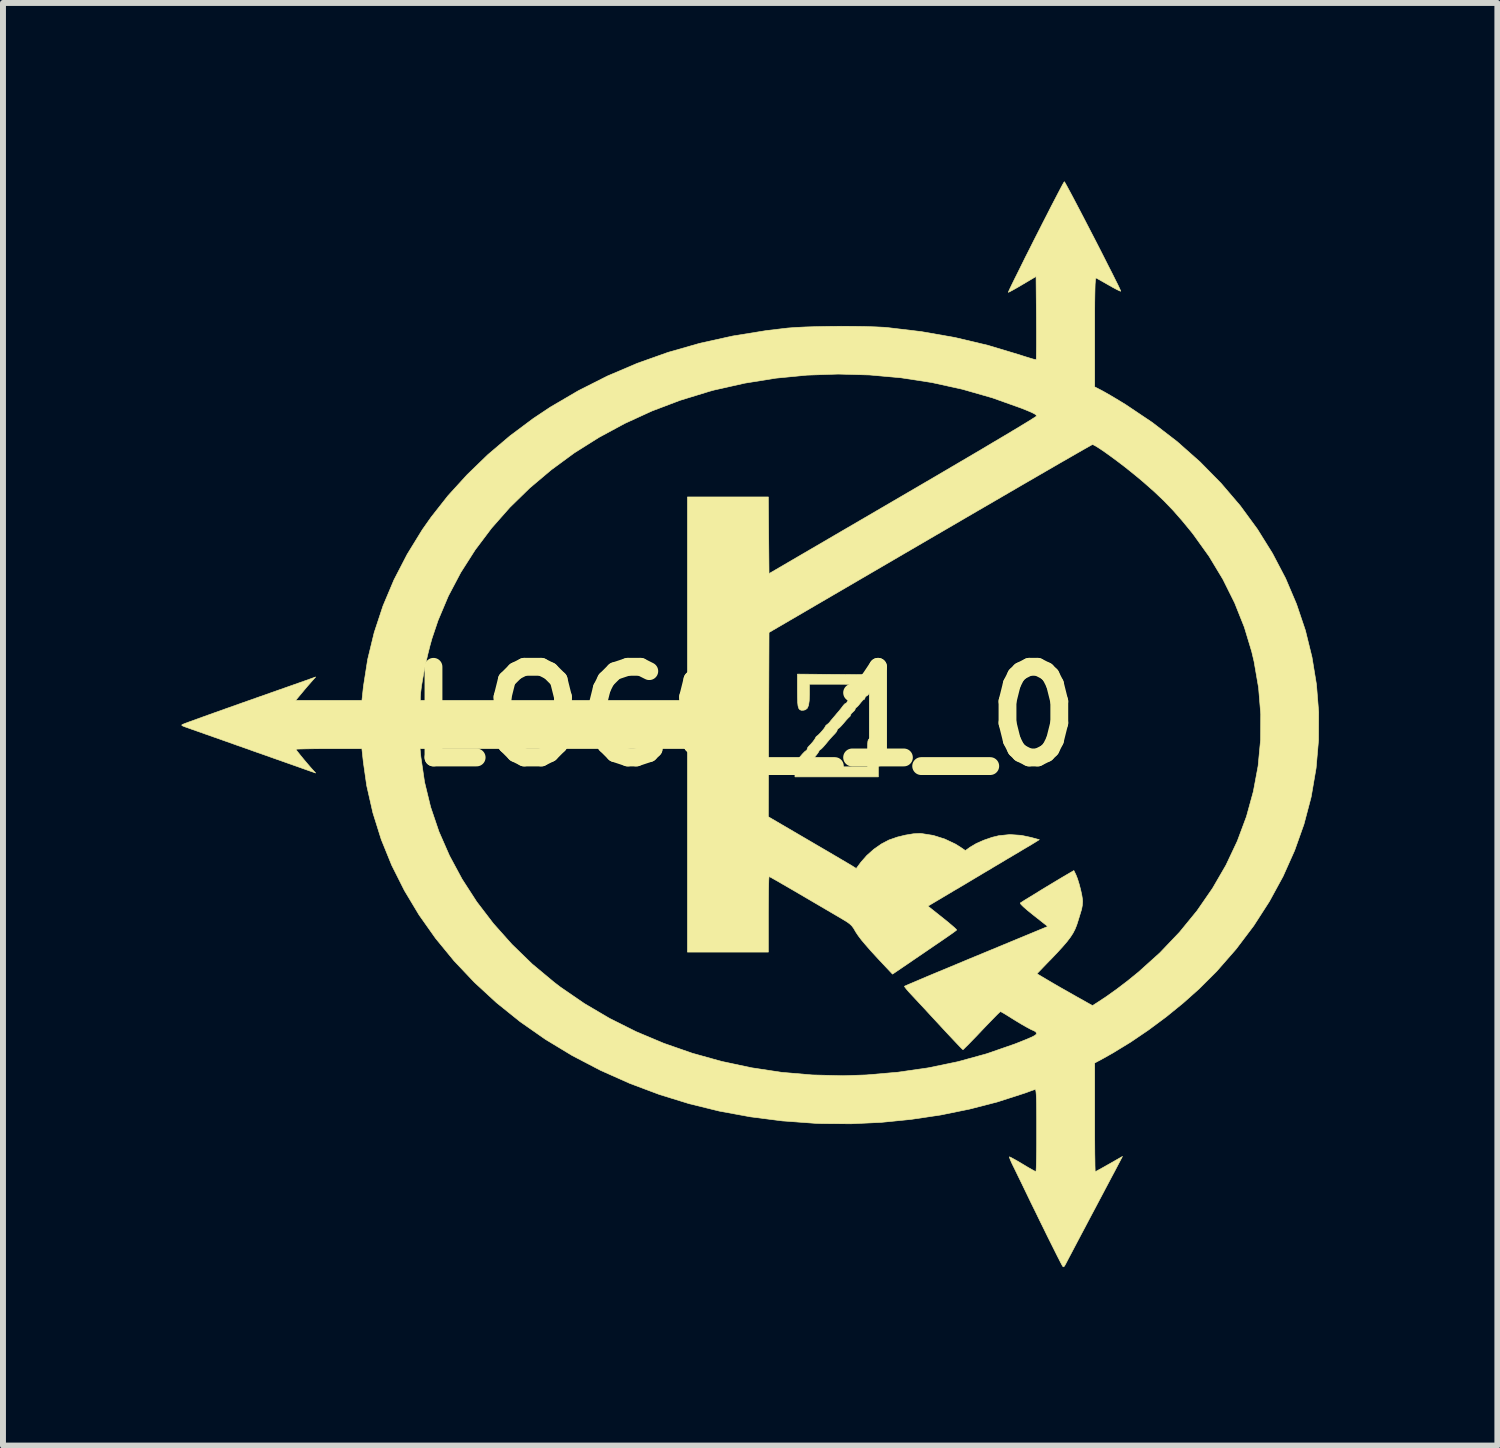
<source format=kicad_pcb>
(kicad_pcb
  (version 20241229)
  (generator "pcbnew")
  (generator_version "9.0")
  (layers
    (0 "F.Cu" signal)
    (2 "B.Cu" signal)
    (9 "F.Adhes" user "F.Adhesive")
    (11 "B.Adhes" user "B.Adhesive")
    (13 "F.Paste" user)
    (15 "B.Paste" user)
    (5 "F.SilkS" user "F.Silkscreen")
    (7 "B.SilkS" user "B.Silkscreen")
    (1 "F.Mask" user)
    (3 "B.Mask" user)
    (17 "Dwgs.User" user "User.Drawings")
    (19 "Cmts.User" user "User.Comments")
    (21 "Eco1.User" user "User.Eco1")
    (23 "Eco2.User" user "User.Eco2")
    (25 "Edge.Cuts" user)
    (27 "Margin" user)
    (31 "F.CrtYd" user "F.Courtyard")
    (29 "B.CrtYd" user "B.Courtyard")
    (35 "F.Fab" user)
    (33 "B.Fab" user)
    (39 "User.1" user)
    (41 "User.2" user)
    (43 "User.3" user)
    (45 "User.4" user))
  (footprint "LOGO_1_0"
    (layer "F.Cu")
    (at 9.464 8.997)
    (property "Reference" "LOGO_1_0" (at 0 0 0) (layer "F.SilkS") (effects (font (size 1.524 1.524) (thickness 0.3))))
    (attr through_hole)
    (fp_poly (pts (xy 1.539 -0.707) (xy 2.184 -0.703) (xy 2.19 -0.599) (xy 2.192 -0.537) (xy 2.184 -0.496) (xy 2.163 -0.464) (xy 2.145 -0.444) (xy 2.112 -0.407) (xy 2.094 -0.38) (xy 2.093 -0.376) (xy 2.077 -0.356) (xy 2.062 -0.349) (xy 2.035 -0.327) (xy 2.032 -0.314) (xy 2.023 -0.291) (xy 2.016 -0.288) (xy 1.996 -0.275) (xy 1.966 -0.241) (xy 1.95 -0.221) (xy 1.917 -0.181) (xy 1.892 -0.156) (xy 1.885 -0.153) (xy 1.871 -0.139) (xy 1.869 -0.13) (xy 1.856 -0.102) (xy 1.829 -0.076) (xy 1.798 -0.046) (xy 1.788 -0.024) (xy 1.778 -0.000323) (xy 1.773 0.003) (xy 1.755 0.019) (xy 1.721 0.055) (xy 1.679 0.104) (xy 1.678 0.106) (xy 1.636 0.154) (xy 1.602 0.189) (xy 1.582 0.203) (xy 1.582 0.203) (xy 1.566 0.217) (xy 1.565 0.226) (xy 1.553 0.255) (xy 1.524 0.29) (xy 1.493 0.322) (xy 1.468 0.349) (xy 1.441 0.379) (xy 1.405 0.422) (xy 1.373 0.461) (xy 1.331 0.51) (xy 1.297 0.545) (xy 1.277 0.559) (xy 1.277 0.559) (xy 1.26 0.572) (xy 1.26 0.576) (xy 1.249 0.599) (xy 1.223 0.636) (xy 1.191 0.676) (xy 1.163 0.707) (xy 1.158 0.711) (xy 1.141 0.729) (xy 1.109 0.764) (xy 1.091 0.783) (xy 1.034 0.847) (xy 2.073 0.847) (xy 2.073 0.618) (xy 2.073 0.527) (xy 2.075 0.463) (xy 2.079 0.42) (xy 2.086 0.394) (xy 2.099 0.378) (xy 2.117 0.366) (xy 2.122 0.363) (xy 2.168 0.346) (xy 2.21 0.353) (xy 2.214 0.355) (xy 2.228 0.363) (xy 2.239 0.376) (xy 2.246 0.397) (xy 2.251 0.433) (xy 2.254 0.487) (xy 2.255 0.564) (xy 2.256 0.67) (xy 2.256 0.695) (xy 2.256 1.016) (xy 0.853 1.016) (xy 0.853 0.9) (xy 0.855 0.837) (xy 0.864 0.791) (xy 0.886 0.748) (xy 0.925 0.695) (xy 0.937 0.68) (xy 0.98 0.63) (xy 1.016 0.593) (xy 1.038 0.576) (xy 1.039 0.576) (xy 1.055 0.562) (xy 1.057 0.552) (xy 1.07 0.519) (xy 1.082 0.505) (xy 1.119 0.467) (xy 1.157 0.423) (xy 1.186 0.383) (xy 1.199 0.359) (xy 1.199 0.358) (xy 1.212 0.337) (xy 1.214 0.336) (xy 1.238 0.318) (xy 1.274 0.283) (xy 1.312 0.241) (xy 1.344 0.201) (xy 1.361 0.175) (xy 1.361 0.172) (xy 1.376 0.148) (xy 1.387 0.141) (xy 1.419 0.115) (xy 1.433 0.1) (xy 1.454 0.073) (xy 1.492 0.028) (xy 1.538 -0.026) (xy 1.544 -0.034) (xy 1.593 -0.091) (xy 1.634 -0.142) (xy 1.661 -0.178) (xy 1.662 -0.18) (xy 1.688 -0.21) (xy 1.708 -0.22) (xy 1.726 -0.233) (xy 1.727 -0.239) (xy 1.739 -0.262) (xy 1.77 -0.3) (xy 1.789 -0.319) (xy 1.84 -0.37) (xy 1.87 -0.402) (xy 1.885 -0.42) (xy 1.889 -0.431) (xy 1.89 -0.437) (xy 1.903 -0.458) (xy 1.93 -0.483) (xy 1.961 -0.51) (xy 1.971 -0.528) (xy 1.952 -0.532) (xy 1.898 -0.535) (xy 1.815 -0.539) (xy 1.709 -0.541) (xy 1.585 -0.542) (xy 1.534 -0.542) (xy 1.097 -0.542) (xy 1.097 -0.368) (xy 1.093 -0.264) (xy 1.082 -0.189) (xy 1.062 -0.14) (xy 1.03 -0.113) (xy 1 -0.105) (xy 0.964 -0.103) (xy 0.937 -0.112) (xy 0.918 -0.134) (xy 0.905 -0.175) (xy 0.898 -0.238) (xy 0.895 -0.327) (xy 0.894 -0.431) (xy 0.894 -0.712) (xy 1.539 -0.707)) (stroke (width 0.01) (type solid)) (fill yes) (layer "F.SilkS"))
    (fp_poly (pts (xy 5.393 -8.977) (xy 5.417 -8.934) (xy 5.454 -8.866) (xy 5.502 -8.777) (xy 5.558 -8.671) (xy 5.622 -8.549) (xy 5.691 -8.417) (xy 5.764 -8.276) (xy 5.839 -8.131) (xy 5.915 -7.984) (xy 5.989 -7.84) (xy 6.06 -7.7) (xy 6.126 -7.569) (xy 6.187 -7.45) (xy 6.238 -7.347) (xy 6.281 -7.262) (xy 6.311 -7.198) (xy 6.328 -7.16) (xy 6.331 -7.15) (xy 6.312 -7.156) (xy 6.266 -7.178) (xy 6.202 -7.212) (xy 6.133 -7.251) (xy 6.054 -7.296) (xy 5.987 -7.334) (xy 5.939 -7.361) (xy 5.918 -7.372) (xy 5.912 -7.369) (xy 5.908 -7.351) (xy 5.904 -7.317) (xy 5.9 -7.264) (xy 5.898 -7.19) (xy 5.896 -7.092) (xy 5.894 -6.97) (xy 5.893 -6.819) (xy 5.893 -6.639) (xy 5.893 -6.463) (xy 5.893 -5.542) (xy 6.013 -5.48) (xy 6.071 -5.448) (xy 6.153 -5.401) (xy 6.249 -5.344) (xy 6.353 -5.281) (xy 6.415 -5.243) (xy 6.862 -4.943) (xy 7.279 -4.622) (xy 7.665 -4.28) (xy 8.019 -3.92) (xy 8.341 -3.543) (xy 8.629 -3.15) (xy 8.883 -2.742) (xy 9.103 -2.322) (xy 9.287 -1.889) (xy 9.436 -1.447) (xy 9.547 -0.996) (xy 9.622 -0.537) (xy 9.659 -0.073) (xy 9.657 0.396) (xy 9.616 0.868) (xy 9.535 1.342) (xy 9.53 1.365) (xy 9.412 1.812) (xy 9.255 2.254) (xy 9.061 2.688) (xy 8.831 3.11) (xy 8.567 3.52) (xy 8.27 3.913) (xy 7.943 4.287) (xy 7.647 4.582) (xy 7.382 4.818) (xy 7.097 5.05) (xy 6.798 5.272) (xy 6.496 5.477) (xy 6.196 5.66) (xy 6.04 5.748) (xy 5.893 5.827) (xy 5.893 6.74) (xy 5.893 6.913) (xy 5.893 7.074) (xy 5.894 7.222) (xy 5.895 7.354) (xy 5.897 7.465) (xy 5.898 7.553) (xy 5.9 7.616) (xy 5.901 7.649) (xy 5.902 7.654) (xy 5.922 7.645) (xy 5.968 7.62) (xy 6.035 7.583) (xy 6.116 7.537) (xy 6.136 7.526) (xy 6.36 7.398) (xy 6.322 7.471) (xy 6.304 7.505) (xy 6.272 7.566) (xy 6.229 7.648) (xy 6.176 7.747) (xy 6.118 7.857) (xy 6.056 7.974) (xy 6.051 7.984) (xy 5.977 8.123) (xy 5.899 8.271) (xy 5.818 8.423) (xy 5.738 8.575) (xy 5.66 8.722) (xy 5.587 8.86) (xy 5.523 8.982) (xy 5.468 9.086) (xy 5.426 9.166) (xy 5.411 9.195) (xy 5.387 9.239) (xy 5.371 9.255) (xy 5.358 9.249) (xy 5.349 9.236) (xy 5.335 9.21) (xy 5.307 9.156) (xy 5.267 9.078) (xy 5.218 8.98) (xy 5.161 8.866) (xy 5.098 8.74) (xy 5.032 8.605) (xy 4.963 8.465) (xy 4.895 8.325) (xy 4.827 8.187) (xy 4.774 8.077) (xy 4.72 7.965) (xy 4.665 7.851) (xy 4.612 7.743) (xy 4.567 7.65) (xy 4.533 7.58) (xy 4.532 7.579) (xy 4.499 7.511) (xy 4.474 7.454) (xy 4.46 7.416) (xy 4.458 7.405) (xy 4.476 7.411) (xy 4.521 7.435) (xy 4.586 7.471) (xy 4.664 7.517) (xy 4.679 7.526) (xy 4.759 7.574) (xy 4.828 7.614) (xy 4.878 7.641) (xy 4.903 7.654) (xy 4.904 7.654) (xy 4.907 7.638) (xy 4.91 7.591) (xy 4.912 7.517) (xy 4.914 7.421) (xy 4.916 7.304) (xy 4.917 7.172) (xy 4.917 7.026) (xy 4.917 6.958) (xy 4.917 6.78) (xy 4.916 6.633) (xy 4.915 6.515) (xy 4.913 6.424) (xy 4.91 6.356) (xy 4.906 6.31) (xy 4.901 6.282) (xy 4.895 6.271) (xy 4.892 6.271) (xy 4.863 6.281) (xy 4.806 6.301) (xy 4.733 6.328) (xy 4.7 6.339) (xy 4.256 6.482) (xy 3.786 6.603) (xy 3.299 6.702) (xy 2.8 6.776) (xy 2.298 6.826) (xy 1.799 6.849) (xy 1.31 6.846) (xy 1.202 6.842) (xy 0.642 6.801) (xy 0.103 6.732) (xy -0.419 6.636) (xy -0.927 6.511) (xy -1.426 6.357) (xy -1.92 6.172) (xy -2.418 5.95) (xy -2.893 5.702) (xy -3.344 5.429) (xy -3.769 5.132) (xy -4.167 4.812) (xy -4.537 4.471) (xy -4.878 4.111) (xy -5.189 3.732) (xy -5.468 3.337) (xy -5.714 2.927) (xy -5.927 2.503) (xy -6.104 2.067) (xy -6.244 1.62) (xy -6.348 1.163) (xy -6.404 0.771) (xy -6.429 0.542) (xy -5.451 0.542) (xy -5.437 0.682) (xy -5.375 1.105) (xy -5.273 1.524) (xy -5.133 1.937) (xy -4.956 2.341) (xy -4.744 2.735) (xy -4.498 3.116) (xy -4.218 3.482) (xy -3.907 3.831) (xy -3.566 4.162) (xy -3.195 4.471) (xy -3.089 4.552) (xy -2.687 4.828) (xy -2.262 5.078) (xy -1.816 5.301) (xy -1.352 5.496) (xy -0.873 5.663) (xy -0.381 5.8) (xy 0.121 5.907) (xy 0.63 5.984) (xy 1.144 6.028) (xy 1.66 6.041) (xy 2.052 6.028) (xy 2.584 5.982) (xy 3.097 5.908) (xy 3.593 5.805) (xy 4.076 5.672) (xy 4.549 5.508) (xy 4.638 5.473) (xy 4.752 5.427) (xy 4.833 5.392) (xy 4.885 5.365) (xy 4.911 5.344) (xy 4.917 5.331) (xy 4.9 5.301) (xy 4.868 5.284) (xy 4.823 5.264) (xy 4.752 5.226) (xy 4.657 5.172) (xy 4.545 5.104) (xy 4.43 5.032) (xy 4.373 4.997) (xy 4.329 4.972) (xy 4.308 4.962) (xy 4.308 4.962) (xy 4.293 4.975) (xy 4.256 5.01) (xy 4.202 5.065) (xy 4.133 5.136) (xy 4.053 5.219) (xy 3.993 5.282) (xy 3.908 5.372) (xy 3.831 5.451) (xy 3.766 5.518) (xy 3.716 5.567) (xy 3.686 5.597) (xy 3.678 5.603) (xy 3.663 5.59) (xy 3.627 5.554) (xy 3.573 5.497) (xy 3.504 5.424) (xy 3.423 5.338) (xy 3.334 5.242) (xy 3.322 5.229) (xy 3.223 5.122) (xy 3.123 5.014) (xy 3.029 4.912) (xy 2.944 4.821) (xy 2.875 4.747) (xy 2.832 4.701) (xy 2.775 4.64) (xy 2.73 4.588) (xy 2.702 4.552) (xy 2.694 4.537) (xy 2.713 4.528) (xy 2.765 4.505) (xy 2.848 4.47) (xy 2.958 4.423) (xy 3.092 4.366) (xy 3.248 4.301) (xy 3.422 4.229) (xy 3.611 4.15) (xy 3.812 4.066) (xy 3.902 4.029) (xy 5.104 3.531) (xy 4.863 3.341) (xy 4.765 3.262) (xy 4.695 3.201) (xy 4.653 3.159) (xy 4.642 3.138) (xy 4.643 3.136) (xy 4.668 3.12) (xy 4.719 3.087) (xy 4.793 3.042) (xy 4.883 2.987) (xy 4.983 2.925) (xy 5.088 2.861) (xy 5.193 2.798) (xy 5.291 2.739) (xy 5.378 2.687) (xy 5.447 2.647) (xy 5.479 2.628) (xy 5.543 2.591) (xy 5.578 2.663) (xy 5.604 2.729) (xy 5.631 2.816) (xy 5.656 2.91) (xy 5.676 3.001) (xy 5.688 3.078) (xy 5.69 3.113) (xy 5.685 3.176) (xy 5.674 3.238) (xy 5.671 3.249) (xy 5.656 3.298) (xy 5.636 3.364) (xy 5.616 3.429) (xy 5.591 3.507) (xy 5.563 3.577) (xy 5.529 3.643) (xy 5.485 3.711) (xy 5.429 3.785) (xy 5.356 3.87) (xy 5.264 3.971) (xy 5.149 4.092) (xy 5.134 4.106) (xy 4.922 4.326) (xy 5.008 4.377) (xy 5.077 4.418) (xy 5.155 4.464) (xy 5.194 4.487) (xy 5.246 4.517) (xy 5.322 4.561) (xy 5.416 4.614) (xy 5.518 4.672) (xy 5.574 4.704) (xy 5.856 4.862) (xy 5.93 4.815) (xy 6.088 4.711) (xy 6.262 4.587) (xy 6.442 4.45) (xy 6.618 4.307) (xy 6.625 4.302) (xy 6.988 3.975) (xy 7.318 3.629) (xy 7.614 3.267) (xy 7.875 2.889) (xy 8.101 2.499) (xy 8.291 2.096) (xy 8.445 1.683) (xy 8.561 1.261) (xy 8.641 0.832) (xy 8.682 0.398) (xy 8.685 -0.04) (xy 8.649 -0.481) (xy 8.573 -0.923) (xy 8.533 -1.092) (xy 8.409 -1.502) (xy 8.247 -1.908) (xy 8.049 -2.306) (xy 7.817 -2.691) (xy 7.554 -3.058) (xy 7.519 -3.103) (xy 7.361 -3.295) (xy 7.21 -3.467) (xy 7.057 -3.626) (xy 6.893 -3.782) (xy 6.709 -3.944) (xy 6.615 -4.023) (xy 6.507 -4.111) (xy 6.394 -4.201) (xy 6.281 -4.287) (xy 6.173 -4.367) (xy 6.073 -4.439) (xy 5.987 -4.498) (xy 5.918 -4.542) (xy 5.871 -4.567) (xy 5.855 -4.572) (xy 5.836 -4.562) (xy 5.786 -4.534) (xy 5.706 -4.489) (xy 5.598 -4.427) (xy 5.464 -4.35) (xy 5.305 -4.259) (xy 5.124 -4.154) (xy 4.922 -4.037) (xy 4.701 -3.909) (xy 4.462 -3.77) (xy 4.208 -3.622) (xy 3.939 -3.466) (xy 3.659 -3.303) (xy 3.368 -3.133) (xy 3.125 -2.992) (xy 0.417 -1.412) (xy 0.411 0.137) (xy 0.406 1.687) (xy 1.092 2.088) (xy 1.242 2.176) (xy 1.383 2.258) (xy 1.512 2.334) (xy 1.624 2.4) (xy 1.716 2.454) (xy 1.784 2.494) (xy 1.824 2.518) (xy 1.831 2.523) (xy 1.884 2.556) (xy 1.962 2.451) (xy 2.06 2.339) (xy 2.179 2.233) (xy 2.308 2.143) (xy 2.436 2.076) (xy 2.446 2.073) (xy 2.575 2.028) (xy 2.711 1.995) (xy 2.843 1.973) (xy 2.956 1.967) (xy 2.982 1.969) (xy 3.178 2) (xy 3.372 2.061) (xy 3.554 2.147) (xy 3.632 2.196) (xy 3.719 2.255) (xy 3.798 2.198) (xy 3.901 2.137) (xy 4.03 2.08) (xy 4.169 2.032) (xy 4.28 2.005) (xy 4.466 1.986) (xy 4.659 1.999) (xy 4.823 2.034) (xy 4.962 2.072) (xy 4.914 2.102) (xy 4.872 2.128) (xy 4.812 2.165) (xy 4.755 2.198) (xy 4.709 2.225) (xy 4.636 2.269) (xy 4.54 2.326) (xy 4.428 2.392) (xy 4.305 2.466) (xy 4.176 2.542) (xy 4.166 2.549) (xy 4.037 2.625) (xy 3.915 2.698) (xy 3.803 2.765) (xy 3.708 2.822) (xy 3.635 2.865) (xy 3.589 2.893) (xy 3.586 2.894) (xy 3.526 2.929) (xy 3.446 2.977) (xy 3.355 3.031) (xy 3.286 3.072) (xy 3.089 3.189) (xy 3.333 3.383) (xy 3.414 3.448) (xy 3.483 3.506) (xy 3.535 3.551) (xy 3.566 3.581) (xy 3.572 3.59) (xy 3.565 3.597) (xy 3.544 3.613) (xy 3.509 3.639) (xy 3.456 3.676) (xy 3.384 3.726) (xy 3.291 3.79) (xy 3.173 3.87) (xy 3.03 3.968) (xy 2.858 4.085) (xy 2.756 4.155) (xy 2.494 4.333) (xy 2.379 4.211) (xy 2.243 4.066) (xy 2.131 3.944) (xy 2.042 3.842) (xy 1.971 3.758) (xy 1.918 3.688) (xy 1.879 3.63) (xy 1.869 3.613) (xy 1.838 3.56) (xy 1.807 3.519) (xy 1.769 3.484) (xy 1.716 3.447) (xy 1.638 3.4) (xy 1.618 3.388) (xy 1.384 3.251) (xy 1.181 3.132) (xy 1.007 3.03) (xy 0.86 2.944) (xy 0.738 2.873) (xy 0.639 2.816) (xy 0.562 2.771) (xy 0.503 2.738) (xy 0.461 2.714) (xy 0.435 2.7) (xy 0.421 2.693) (xy 0.418 2.692) (xy 0.416 2.709) (xy 0.413 2.755) (xy 0.411 2.828) (xy 0.409 2.924) (xy 0.408 3.039) (xy 0.407 3.169) (xy 0.406 3.31) (xy 0.406 3.327) (xy 0.406 3.962) (xy -0.955 3.962) (xy -0.955 0.542) (xy -5.451 0.542) (xy -6.429 0.542) (xy -6.984 0.542) (xy -7.129 0.542) (xy -7.261 0.543) (xy -7.372 0.545) (xy -7.459 0.547) (xy -7.516 0.549) (xy -7.539 0.552) (xy -7.539 0.552) (xy -7.528 0.57) (xy -7.498 0.608) (xy -7.455 0.662) (xy -7.404 0.724) (xy -7.349 0.789) (xy -7.297 0.85) (xy -7.257 0.895) (xy -7.206 0.951) (xy -7.276 0.927) (xy -7.308 0.916) (xy -7.373 0.893) (xy -7.468 0.859) (xy -7.59 0.816) (xy -7.734 0.765) (xy -7.896 0.708) (xy -8.073 0.645) (xy -8.262 0.579) (xy -8.341 0.55) (xy -8.533 0.483) (xy -8.715 0.418) (xy -8.885 0.358) (xy -9.036 0.305) (xy -9.168 0.258) (xy -9.274 0.221) (xy -9.352 0.193) (xy -9.398 0.177) (xy -9.407 0.174) (xy -9.45 0.156) (xy -9.459 0.144) (xy -9.444 0.134) (xy -9.41 0.12) (xy -9.338 0.093) (xy -9.23 0.054) (xy -9.086 0.002) (xy -8.905 -0.063) (xy -8.689 -0.14) (xy -8.438 -0.229) (xy -8.152 -0.33) (xy -7.831 -0.443) (xy -7.476 -0.568) (xy -7.276 -0.639) (xy -7.206 -0.664) (xy -7.257 -0.607) (xy -7.291 -0.568) (xy -7.341 -0.511) (xy -7.397 -0.445) (xy -7.425 -0.411) (xy -7.542 -0.271) (xy -6.428 -0.271) (xy -6.423 -0.318) (xy -5.446 -0.318) (xy -5.446 -0.271) (xy -0.955 -0.271) (xy -0.955 -3.691) (xy 0.406 -3.691) (xy 0.411 -3.047) (xy 0.417 -2.402) (xy 2.662 -3.712) (xy 2.958 -3.885) (xy 3.239 -4.049) (xy 3.504 -4.205) (xy 3.751 -4.35) (xy 3.979 -4.484) (xy 4.185 -4.607) (xy 4.369 -4.716) (xy 4.529 -4.812) (xy 4.664 -4.893) (xy 4.771 -4.958) (xy 4.849 -5.007) (xy 4.898 -5.038) (xy 4.914 -5.051) (xy 4.909 -5.067) (xy 4.884 -5.086) (xy 4.834 -5.112) (xy 4.756 -5.145) (xy 4.67 -5.18) (xy 4.174 -5.357) (xy 3.668 -5.502) (xy 3.154 -5.615) (xy 2.634 -5.695) (xy 2.109 -5.742) (xy 1.582 -5.757) (xy 1.055 -5.739) (xy 0.53 -5.688) (xy 0.008 -5.604) (xy -0.508 -5.488) (xy -0.584 -5.467) (xy -1.077 -5.316) (xy -1.552 -5.136) (xy -2.008 -4.927) (xy -2.443 -4.692) (xy -2.856 -4.432) (xy -3.244 -4.147) (xy -3.607 -3.841) (xy -3.942 -3.514) (xy -4.248 -3.167) (xy -4.523 -2.802) (xy -4.766 -2.421) (xy -4.975 -2.025) (xy -5.148 -1.615) (xy -5.25 -1.312) (xy -5.284 -1.19) (xy -5.318 -1.055) (xy -5.351 -0.912) (xy -5.381 -0.77) (xy -5.406 -0.633) (xy -5.427 -0.509) (xy -5.44 -0.405) (xy -5.446 -0.326) (xy -5.446 -0.318) (xy -6.423 -0.318) (xy -6.403 -0.504) (xy -6.332 -0.958) (xy -6.222 -1.411) (xy -6.074 -1.859) (xy -5.889 -2.298) (xy -5.667 -2.727) (xy -5.412 -3.142) (xy -5.265 -3.351) (xy -4.98 -3.713) (xy -4.66 -4.064) (xy -4.312 -4.401) (xy -3.94 -4.717) (xy -3.549 -5.009) (xy -3.261 -5.201) (xy -2.788 -5.478) (xy -2.301 -5.724) (xy -1.799 -5.938) (xy -1.281 -6.122) (xy -0.746 -6.275) (xy -0.194 -6.397) (xy 0.376 -6.489) (xy 0.732 -6.531) (xy 0.865 -6.541) (xy 1.029 -6.549) (xy 1.217 -6.555) (xy 1.42 -6.559) (xy 1.628 -6.561) (xy 1.834 -6.56) (xy 2.029 -6.557) (xy 2.203 -6.551) (xy 2.349 -6.544) (xy 2.398 -6.54) (xy 2.978 -6.471) (xy 3.543 -6.372) (xy 4.096 -6.241) (xy 4.619 -6.084) (xy 4.718 -6.052) (xy 4.803 -6.026) (xy 4.867 -6.007) (xy 4.903 -5.999) (xy 4.909 -5.999) (xy 4.911 -6.017) (xy 4.912 -6.065) (xy 4.913 -6.14) (xy 4.914 -6.238) (xy 4.914 -6.355) (xy 4.914 -6.489) (xy 4.913 -6.635) (xy 4.913 -6.702) (xy 4.907 -7.398) (xy 4.677 -7.262) (xy 4.594 -7.213) (xy 4.523 -7.173) (xy 4.471 -7.145) (xy 4.444 -7.132) (xy 4.441 -7.132) (xy 4.447 -7.149) (xy 4.467 -7.193) (xy 4.5 -7.262) (xy 4.544 -7.352) (xy 4.598 -7.46) (xy 4.659 -7.583) (xy 4.725 -7.717) (xy 4.797 -7.859) (xy 4.87 -8.005) (xy 4.945 -8.152) (xy 5.019 -8.298) (xy 5.091 -8.438) (xy 5.158 -8.57) (xy 5.22 -8.689) (xy 5.274 -8.793) (xy 5.319 -8.879) (xy 5.353 -8.943) (xy 5.375 -8.981) (xy 5.383 -8.992) (xy 5.393 -8.977)) (stroke (width 0.01) (type solid)) (fill yes) (layer "F.SilkS")))
  (gr_rect
    (start -3 -3)
    (end 22.128 21.257)
    (stroke (width 0.1) (type default))
    (fill no)
    (layer "Edge.Cuts")))
</source>
